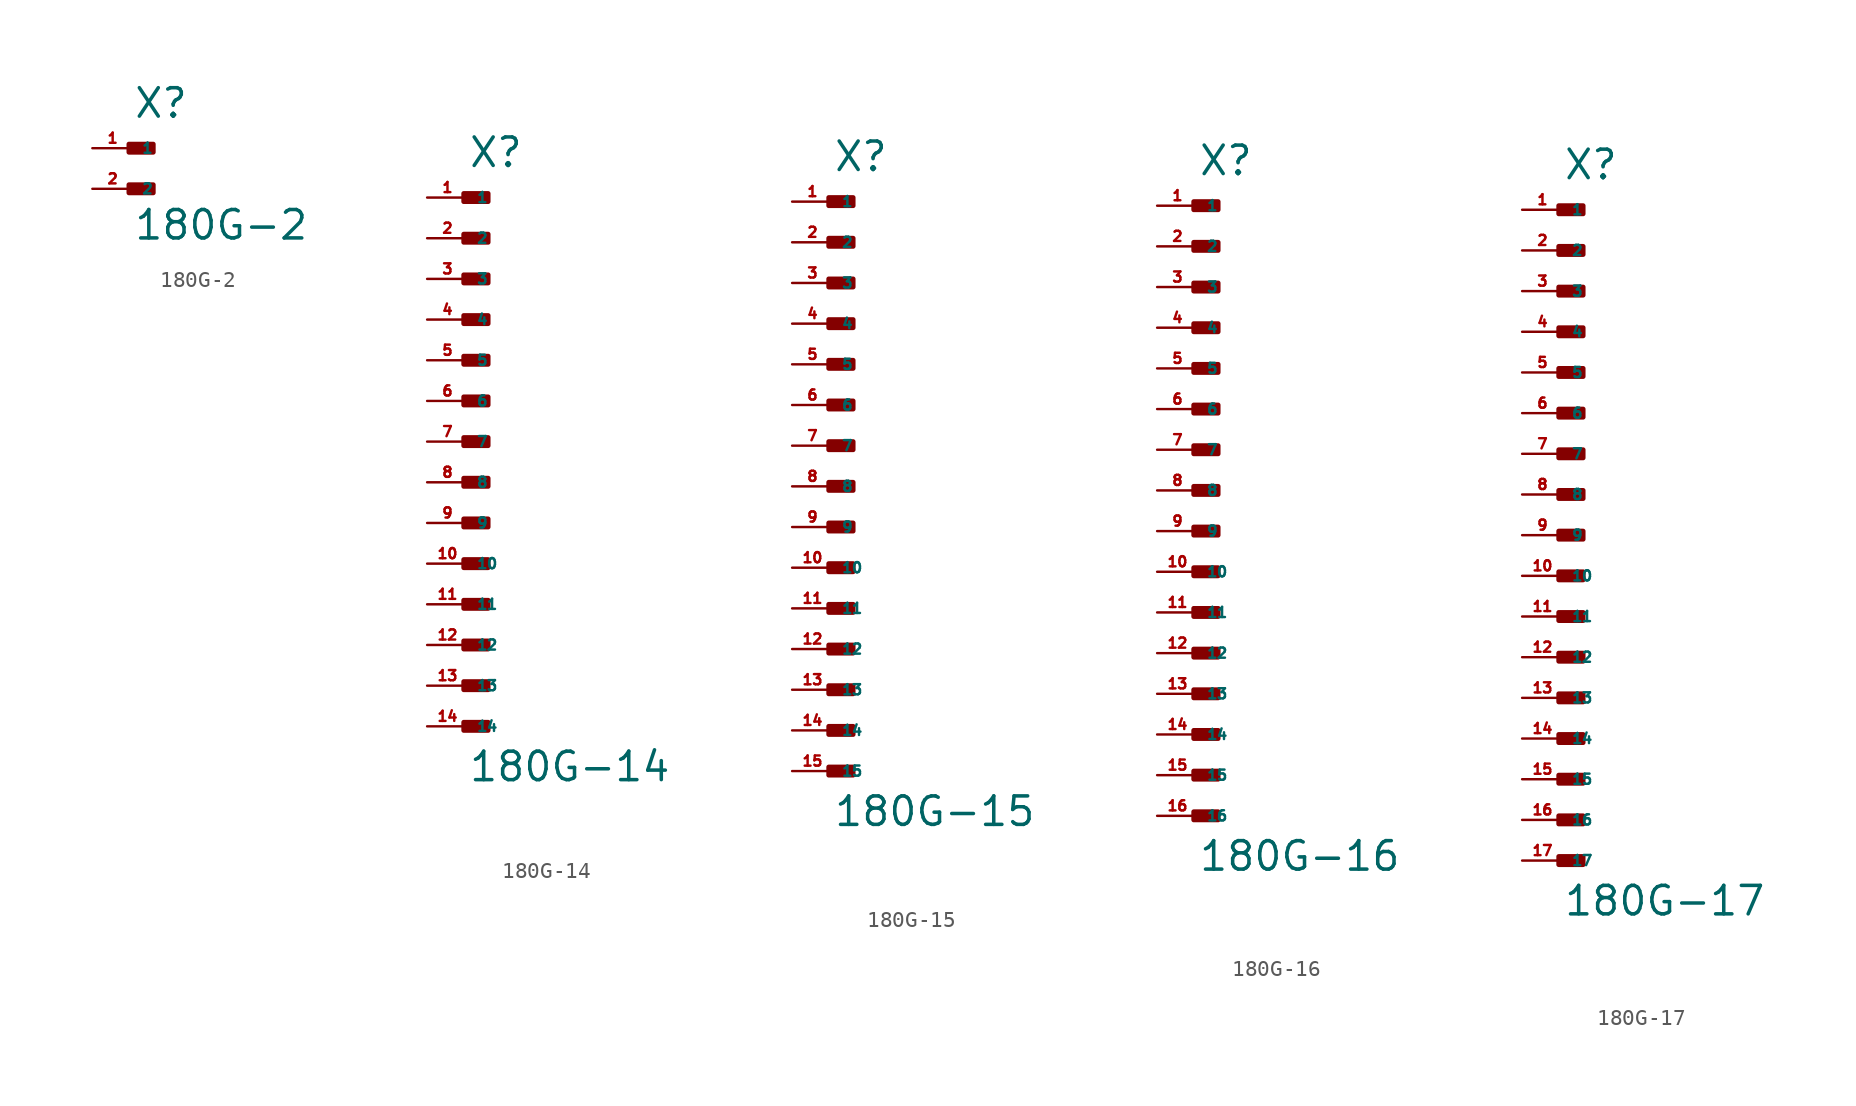
<source format=kicad_sym>
(kicad_symbol_lib
  (version 20220914)
  (generator Eagle2Kicad)
  (symbol "180G-2"
    (property "Reference" "X"
      (at 0 1.778 0)
      (effects (font (size 1.778 1.778) (thickness 0.22)) (justify left bottom)))
    (property "Value" "180G-2"
      (at 0 -5.842 0)
      (effects (font (size 1.778 1.778) (thickness 0.22)) (justify left bottom)))
    (rectangle
      (start -0.254 -0.254)
      (end 1.27 0.254)
      (stroke (width 0.3) (type default))
      (fill (type outline)))
    (rectangle
      (start -0.254 -2.794)
      (end 1.27 -2.286)
      (stroke (width 0.3) (type default))
      (fill (type outline)))
    (pin passive line
      (at -2.54 0 0)
      (length 2.54)
      (name "1" (effects (font (size 0.635 0.635) (thickness 0.08)) (justify left bottom)))
      (number "1" (effects (font (size 0.635 0.635) (thickness 0.08)) (justify left bottom))))
    (pin passive line
      (at -2.54 -2.54 0)
      (length 2.54)
      (name "2" (effects (font (size 0.635 0.635) (thickness 0.08)) (justify left bottom)))
      (number "2" (effects (font (size 0.635 0.635) (thickness 0.08)) (justify left bottom)))))
  (symbol "180G-14"
    (property "Reference" "X"
      (at 0 17.018 0)
      (effects (font (size 1.778 1.778) (thickness 0.22)) (justify left bottom)))
    (property "Value" "180G-14"
      (at 0 -21.336 0)
      (effects (font (size 1.778 1.778) (thickness 0.22)) (justify left bottom)))
    (rectangle
      (start -0.254 14.986)
      (end 1.27 15.494)
      (stroke (width 0.3) (type default))
      (fill (type outline)))
    (rectangle
      (start -0.254 12.446)
      (end 1.27 12.954)
      (stroke (width 0.3) (type default))
      (fill (type outline)))
    (rectangle
      (start -0.254 9.906)
      (end 1.27 10.414)
      (stroke (width 0.3) (type default))
      (fill (type outline)))
    (rectangle
      (start -0.254 7.366)
      (end 1.27 7.874)
      (stroke (width 0.3) (type default))
      (fill (type outline)))
    (rectangle
      (start -0.254 4.826)
      (end 1.27 5.334)
      (stroke (width 0.3) (type default))
      (fill (type outline)))
    (rectangle
      (start -0.254 2.286)
      (end 1.27 2.794)
      (stroke (width 0.3) (type default))
      (fill (type outline)))
    (rectangle
      (start -0.254 -0.254)
      (end 1.27 0.254)
      (stroke (width 0.3) (type default))
      (fill (type outline)))
    (rectangle
      (start -0.254 -2.794)
      (end 1.27 -2.286)
      (stroke (width 0.3) (type default))
      (fill (type outline)))
    (rectangle
      (start -0.254 -5.334)
      (end 1.27 -4.826)
      (stroke (width 0.3) (type default))
      (fill (type outline)))
    (rectangle
      (start -0.254 -7.874)
      (end 1.27 -7.366)
      (stroke (width 0.3) (type default))
      (fill (type outline)))
    (rectangle
      (start -0.254 -10.414)
      (end 1.27 -9.906)
      (stroke (width 0.3) (type default))
      (fill (type outline)))
    (rectangle
      (start -0.254 -12.954)
      (end 1.27 -12.446)
      (stroke (width 0.3) (type default))
      (fill (type outline)))
    (rectangle
      (start -0.254 -15.494)
      (end 1.27 -14.986)
      (stroke (width 0.3) (type default))
      (fill (type outline)))
    (rectangle
      (start -0.254 -18.034)
      (end 1.27 -17.526)
      (stroke (width 0.3) (type default))
      (fill (type outline)))
    (pin passive line
      (at -2.54 15.24 0)
      (length 2.54)
      (name "1" (effects (font (size 0.635 0.635) (thickness 0.08)) (justify left bottom)))
      (number "1" (effects (font (size 0.635 0.635) (thickness 0.08)) (justify left bottom))))
    (pin passive line
      (at -2.54 12.7 0)
      (length 2.54)
      (name "2" (effects (font (size 0.635 0.635) (thickness 0.08)) (justify left bottom)))
      (number "2" (effects (font (size 0.635 0.635) (thickness 0.08)) (justify left bottom))))
    (pin passive line
      (at -2.54 10.16 0)
      (length 2.54)
      (name "3" (effects (font (size 0.635 0.635) (thickness 0.08)) (justify left bottom)))
      (number "3" (effects (font (size 0.635 0.635) (thickness 0.08)) (justify left bottom))))
    (pin passive line
      (at -2.54 7.62 0)
      (length 2.54)
      (name "4" (effects (font (size 0.635 0.635) (thickness 0.08)) (justify left bottom)))
      (number "4" (effects (font (size 0.635 0.635) (thickness 0.08)) (justify left bottom))))
    (pin passive line
      (at -2.54 5.08 0)
      (length 2.54)
      (name "5" (effects (font (size 0.635 0.635) (thickness 0.08)) (justify left bottom)))
      (number "5" (effects (font (size 0.635 0.635) (thickness 0.08)) (justify left bottom))))
    (pin passive line
      (at -2.54 2.54 0)
      (length 2.54)
      (name "6" (effects (font (size 0.635 0.635) (thickness 0.08)) (justify left bottom)))
      (number "6" (effects (font (size 0.635 0.635) (thickness 0.08)) (justify left bottom))))
    (pin passive line
      (at -2.54 0 0)
      (length 2.54)
      (name "7" (effects (font (size 0.635 0.635) (thickness 0.08)) (justify left bottom)))
      (number "7" (effects (font (size 0.635 0.635) (thickness 0.08)) (justify left bottom))))
    (pin passive line
      (at -2.54 -2.54 0)
      (length 2.54)
      (name "8" (effects (font (size 0.635 0.635) (thickness 0.08)) (justify left bottom)))
      (number "8" (effects (font (size 0.635 0.635) (thickness 0.08)) (justify left bottom))))
    (pin passive line
      (at -2.54 -5.08 0)
      (length 2.54)
      (name "9" (effects (font (size 0.635 0.635) (thickness 0.08)) (justify left bottom)))
      (number "9" (effects (font (size 0.635 0.635) (thickness 0.08)) (justify left bottom))))
    (pin passive line
      (at -2.54 -7.62 0)
      (length 2.54)
      (name "10" (effects (font (size 0.635 0.635) (thickness 0.08)) (justify left bottom)))
      (number "10" (effects (font (size 0.635 0.635) (thickness 0.08)) (justify left bottom))))
    (pin passive line
      (at -2.54 -10.16 0)
      (length 2.54)
      (name "11" (effects (font (size 0.635 0.635) (thickness 0.08)) (justify left bottom)))
      (number "11" (effects (font (size 0.635 0.635) (thickness 0.08)) (justify left bottom))))
    (pin passive line
      (at -2.54 -12.7 0)
      (length 2.54)
      (name "12" (effects (font (size 0.635 0.635) (thickness 0.08)) (justify left bottom)))
      (number "12" (effects (font (size 0.635 0.635) (thickness 0.08)) (justify left bottom))))
    (pin passive line
      (at -2.54 -15.24 0)
      (length 2.54)
      (name "13" (effects (font (size 0.635 0.635) (thickness 0.08)) (justify left bottom)))
      (number "13" (effects (font (size 0.635 0.635) (thickness 0.08)) (justify left bottom))))
    (pin passive line
      (at -2.54 -17.78 0)
      (length 2.54)
      (name "14" (effects (font (size 0.635 0.635) (thickness 0.08)) (justify left bottom)))
      (number "14" (effects (font (size 0.635 0.635) (thickness 0.08)) (justify left bottom)))))
  (symbol "180G-15"
    (property "Reference" "X"
      (at 0 19.558 0)
      (effects (font (size 1.778 1.778) (thickness 0.22)) (justify left bottom)))
    (property "Value" "180G-15"
      (at 0 -21.336 0)
      (effects (font (size 1.778 1.778) (thickness 0.22)) (justify left bottom)))
    (rectangle
      (start -0.254 17.526)
      (end 1.27 18.034)
      (stroke (width 0.3) (type default))
      (fill (type outline)))
    (rectangle
      (start -0.254 14.986)
      (end 1.27 15.494)
      (stroke (width 0.3) (type default))
      (fill (type outline)))
    (rectangle
      (start -0.254 12.446)
      (end 1.27 12.954)
      (stroke (width 0.3) (type default))
      (fill (type outline)))
    (rectangle
      (start -0.254 9.906)
      (end 1.27 10.414)
      (stroke (width 0.3) (type default))
      (fill (type outline)))
    (rectangle
      (start -0.254 7.366)
      (end 1.27 7.874)
      (stroke (width 0.3) (type default))
      (fill (type outline)))
    (rectangle
      (start -0.254 4.826)
      (end 1.27 5.334)
      (stroke (width 0.3) (type default))
      (fill (type outline)))
    (rectangle
      (start -0.254 2.286)
      (end 1.27 2.794)
      (stroke (width 0.3) (type default))
      (fill (type outline)))
    (rectangle
      (start -0.254 -0.254)
      (end 1.27 0.254)
      (stroke (width 0.3) (type default))
      (fill (type outline)))
    (rectangle
      (start -0.254 -2.794)
      (end 1.27 -2.286)
      (stroke (width 0.3) (type default))
      (fill (type outline)))
    (rectangle
      (start -0.254 -5.334)
      (end 1.27 -4.826)
      (stroke (width 0.3) (type default))
      (fill (type outline)))
    (rectangle
      (start -0.254 -7.874)
      (end 1.27 -7.366)
      (stroke (width 0.3) (type default))
      (fill (type outline)))
    (rectangle
      (start -0.254 -10.414)
      (end 1.27 -9.906)
      (stroke (width 0.3) (type default))
      (fill (type outline)))
    (rectangle
      (start -0.254 -12.954)
      (end 1.27 -12.446)
      (stroke (width 0.3) (type default))
      (fill (type outline)))
    (rectangle
      (start -0.254 -15.494)
      (end 1.27 -14.986)
      (stroke (width 0.3) (type default))
      (fill (type outline)))
    (rectangle
      (start -0.254 -18.034)
      (end 1.27 -17.526)
      (stroke (width 0.3) (type default))
      (fill (type outline)))
    (pin passive line
      (at -2.54 17.78 0)
      (length 2.54)
      (name "1" (effects (font (size 0.635 0.635) (thickness 0.08)) (justify left bottom)))
      (number "1" (effects (font (size 0.635 0.635) (thickness 0.08)) (justify left bottom))))
    (pin passive line
      (at -2.54 15.24 0)
      (length 2.54)
      (name "2" (effects (font (size 0.635 0.635) (thickness 0.08)) (justify left bottom)))
      (number "2" (effects (font (size 0.635 0.635) (thickness 0.08)) (justify left bottom))))
    (pin passive line
      (at -2.54 12.7 0)
      (length 2.54)
      (name "3" (effects (font (size 0.635 0.635) (thickness 0.08)) (justify left bottom)))
      (number "3" (effects (font (size 0.635 0.635) (thickness 0.08)) (justify left bottom))))
    (pin passive line
      (at -2.54 10.16 0)
      (length 2.54)
      (name "4" (effects (font (size 0.635 0.635) (thickness 0.08)) (justify left bottom)))
      (number "4" (effects (font (size 0.635 0.635) (thickness 0.08)) (justify left bottom))))
    (pin passive line
      (at -2.54 7.62 0)
      (length 2.54)
      (name "5" (effects (font (size 0.635 0.635) (thickness 0.08)) (justify left bottom)))
      (number "5" (effects (font (size 0.635 0.635) (thickness 0.08)) (justify left bottom))))
    (pin passive line
      (at -2.54 5.08 0)
      (length 2.54)
      (name "6" (effects (font (size 0.635 0.635) (thickness 0.08)) (justify left bottom)))
      (number "6" (effects (font (size 0.635 0.635) (thickness 0.08)) (justify left bottom))))
    (pin passive line
      (at -2.54 2.54 0)
      (length 2.54)
      (name "7" (effects (font (size 0.635 0.635) (thickness 0.08)) (justify left bottom)))
      (number "7" (effects (font (size 0.635 0.635) (thickness 0.08)) (justify left bottom))))
    (pin passive line
      (at -2.54 0 0)
      (length 2.54)
      (name "8" (effects (font (size 0.635 0.635) (thickness 0.08)) (justify left bottom)))
      (number "8" (effects (font (size 0.635 0.635) (thickness 0.08)) (justify left bottom))))
    (pin passive line
      (at -2.54 -2.54 0)
      (length 2.54)
      (name "9" (effects (font (size 0.635 0.635) (thickness 0.08)) (justify left bottom)))
      (number "9" (effects (font (size 0.635 0.635) (thickness 0.08)) (justify left bottom))))
    (pin passive line
      (at -2.54 -5.08 0)
      (length 2.54)
      (name "10" (effects (font (size 0.635 0.635) (thickness 0.08)) (justify left bottom)))
      (number "10" (effects (font (size 0.635 0.635) (thickness 0.08)) (justify left bottom))))
    (pin passive line
      (at -2.54 -7.62 0)
      (length 2.54)
      (name "11" (effects (font (size 0.635 0.635) (thickness 0.08)) (justify left bottom)))
      (number "11" (effects (font (size 0.635 0.635) (thickness 0.08)) (justify left bottom))))
    (pin passive line
      (at -2.54 -10.16 0)
      (length 2.54)
      (name "12" (effects (font (size 0.635 0.635) (thickness 0.08)) (justify left bottom)))
      (number "12" (effects (font (size 0.635 0.635) (thickness 0.08)) (justify left bottom))))
    (pin passive line
      (at -2.54 -12.7 0)
      (length 2.54)
      (name "13" (effects (font (size 0.635 0.635) (thickness 0.08)) (justify left bottom)))
      (number "13" (effects (font (size 0.635 0.635) (thickness 0.08)) (justify left bottom))))
    (pin passive line
      (at -2.54 -15.24 0)
      (length 2.54)
      (name "14" (effects (font (size 0.635 0.635) (thickness 0.08)) (justify left bottom)))
      (number "14" (effects (font (size 0.635 0.635) (thickness 0.08)) (justify left bottom))))
    (pin passive line
      (at -2.54 -17.78 0)
      (length 2.54)
      (name "15" (effects (font (size 0.635 0.635) (thickness 0.08)) (justify left bottom)))
      (number "15" (effects (font (size 0.635 0.635) (thickness 0.08)) (justify left bottom)))))
  (symbol "180G-16"
    (property "Reference" "X"
      (at 0 19.558 0)
      (effects (font (size 1.778 1.778) (thickness 0.22)) (justify left bottom)))
    (property "Value" "180G-16"
      (at 0 -23.876 0)
      (effects (font (size 1.778 1.778) (thickness 0.22)) (justify left bottom)))
    (rectangle
      (start -0.254 17.526)
      (end 1.27 18.034)
      (stroke (width 0.3) (type default))
      (fill (type outline)))
    (rectangle
      (start -0.254 14.986)
      (end 1.27 15.494)
      (stroke (width 0.3) (type default))
      (fill (type outline)))
    (rectangle
      (start -0.254 12.446)
      (end 1.27 12.954)
      (stroke (width 0.3) (type default))
      (fill (type outline)))
    (rectangle
      (start -0.254 9.906)
      (end 1.27 10.414)
      (stroke (width 0.3) (type default))
      (fill (type outline)))
    (rectangle
      (start -0.254 7.366)
      (end 1.27 7.874)
      (stroke (width 0.3) (type default))
      (fill (type outline)))
    (rectangle
      (start -0.254 4.826)
      (end 1.27 5.334)
      (stroke (width 0.3) (type default))
      (fill (type outline)))
    (rectangle
      (start -0.254 2.286)
      (end 1.27 2.794)
      (stroke (width 0.3) (type default))
      (fill (type outline)))
    (rectangle
      (start -0.254 -0.254)
      (end 1.27 0.254)
      (stroke (width 0.3) (type default))
      (fill (type outline)))
    (rectangle
      (start -0.254 -2.794)
      (end 1.27 -2.286)
      (stroke (width 0.3) (type default))
      (fill (type outline)))
    (rectangle
      (start -0.254 -5.334)
      (end 1.27 -4.826)
      (stroke (width 0.3) (type default))
      (fill (type outline)))
    (rectangle
      (start -0.254 -7.874)
      (end 1.27 -7.366)
      (stroke (width 0.3) (type default))
      (fill (type outline)))
    (rectangle
      (start -0.254 -10.414)
      (end 1.27 -9.906)
      (stroke (width 0.3) (type default))
      (fill (type outline)))
    (rectangle
      (start -0.254 -12.954)
      (end 1.27 -12.446)
      (stroke (width 0.3) (type default))
      (fill (type outline)))
    (rectangle
      (start -0.254 -15.494)
      (end 1.27 -14.986)
      (stroke (width 0.3) (type default))
      (fill (type outline)))
    (rectangle
      (start -0.254 -18.034)
      (end 1.27 -17.526)
      (stroke (width 0.3) (type default))
      (fill (type outline)))
    (rectangle
      (start -0.254 -20.574)
      (end 1.27 -20.066)
      (stroke (width 0.3) (type default))
      (fill (type outline)))
    (pin passive line
      (at -2.54 17.78 0)
      (length 2.54)
      (name "1" (effects (font (size 0.635 0.635) (thickness 0.08)) (justify left bottom)))
      (number "1" (effects (font (size 0.635 0.635) (thickness 0.08)) (justify left bottom))))
    (pin passive line
      (at -2.54 15.24 0)
      (length 2.54)
      (name "2" (effects (font (size 0.635 0.635) (thickness 0.08)) (justify left bottom)))
      (number "2" (effects (font (size 0.635 0.635) (thickness 0.08)) (justify left bottom))))
    (pin passive line
      (at -2.54 12.7 0)
      (length 2.54)
      (name "3" (effects (font (size 0.635 0.635) (thickness 0.08)) (justify left bottom)))
      (number "3" (effects (font (size 0.635 0.635) (thickness 0.08)) (justify left bottom))))
    (pin passive line
      (at -2.54 10.16 0)
      (length 2.54)
      (name "4" (effects (font (size 0.635 0.635) (thickness 0.08)) (justify left bottom)))
      (number "4" (effects (font (size 0.635 0.635) (thickness 0.08)) (justify left bottom))))
    (pin passive line
      (at -2.54 7.62 0)
      (length 2.54)
      (name "5" (effects (font (size 0.635 0.635) (thickness 0.08)) (justify left bottom)))
      (number "5" (effects (font (size 0.635 0.635) (thickness 0.08)) (justify left bottom))))
    (pin passive line
      (at -2.54 5.08 0)
      (length 2.54)
      (name "6" (effects (font (size 0.635 0.635) (thickness 0.08)) (justify left bottom)))
      (number "6" (effects (font (size 0.635 0.635) (thickness 0.08)) (justify left bottom))))
    (pin passive line
      (at -2.54 2.54 0)
      (length 2.54)
      (name "7" (effects (font (size 0.635 0.635) (thickness 0.08)) (justify left bottom)))
      (number "7" (effects (font (size 0.635 0.635) (thickness 0.08)) (justify left bottom))))
    (pin passive line
      (at -2.54 0 0)
      (length 2.54)
      (name "8" (effects (font (size 0.635 0.635) (thickness 0.08)) (justify left bottom)))
      (number "8" (effects (font (size 0.635 0.635) (thickness 0.08)) (justify left bottom))))
    (pin passive line
      (at -2.54 -2.54 0)
      (length 2.54)
      (name "9" (effects (font (size 0.635 0.635) (thickness 0.08)) (justify left bottom)))
      (number "9" (effects (font (size 0.635 0.635) (thickness 0.08)) (justify left bottom))))
    (pin passive line
      (at -2.54 -5.08 0)
      (length 2.54)
      (name "10" (effects (font (size 0.635 0.635) (thickness 0.08)) (justify left bottom)))
      (number "10" (effects (font (size 0.635 0.635) (thickness 0.08)) (justify left bottom))))
    (pin passive line
      (at -2.54 -7.62 0)
      (length 2.54)
      (name "11" (effects (font (size 0.635 0.635) (thickness 0.08)) (justify left bottom)))
      (number "11" (effects (font (size 0.635 0.635) (thickness 0.08)) (justify left bottom))))
    (pin passive line
      (at -2.54 -10.16 0)
      (length 2.54)
      (name "12" (effects (font (size 0.635 0.635) (thickness 0.08)) (justify left bottom)))
      (number "12" (effects (font (size 0.635 0.635) (thickness 0.08)) (justify left bottom))))
    (pin passive line
      (at -2.54 -12.7 0)
      (length 2.54)
      (name "13" (effects (font (size 0.635 0.635) (thickness 0.08)) (justify left bottom)))
      (number "13" (effects (font (size 0.635 0.635) (thickness 0.08)) (justify left bottom))))
    (pin passive line
      (at -2.54 -15.24 0)
      (length 2.54)
      (name "14" (effects (font (size 0.635 0.635) (thickness 0.08)) (justify left bottom)))
      (number "14" (effects (font (size 0.635 0.635) (thickness 0.08)) (justify left bottom))))
    (pin passive line
      (at -2.54 -17.78 0)
      (length 2.54)
      (name "15" (effects (font (size 0.635 0.635) (thickness 0.08)) (justify left bottom)))
      (number "15" (effects (font (size 0.635 0.635) (thickness 0.08)) (justify left bottom))))
    (pin passive line
      (at -2.54 -20.32 0)
      (length 2.54)
      (name "16" (effects (font (size 0.635 0.635) (thickness 0.08)) (justify left bottom)))
      (number "16" (effects (font (size 0.635 0.635) (thickness 0.08)) (justify left bottom)))))
  (symbol "180G-17"
    (property "Reference" "X"
      (at 0 22.098 0)
      (effects (font (size 1.778 1.778) (thickness 0.22)) (justify left bottom)))
    (property "Value" "180G-17"
      (at 0 -23.876 0)
      (effects (font (size 1.778 1.778) (thickness 0.22)) (justify left bottom)))
    (rectangle
      (start -0.254 20.066)
      (end 1.27 20.574)
      (stroke (width 0.3) (type default))
      (fill (type outline)))
    (rectangle
      (start -0.254 17.526)
      (end 1.27 18.034)
      (stroke (width 0.3) (type default))
      (fill (type outline)))
    (rectangle
      (start -0.254 14.986)
      (end 1.27 15.494)
      (stroke (width 0.3) (type default))
      (fill (type outline)))
    (rectangle
      (start -0.254 12.446)
      (end 1.27 12.954)
      (stroke (width 0.3) (type default))
      (fill (type outline)))
    (rectangle
      (start -0.254 9.906)
      (end 1.27 10.414)
      (stroke (width 0.3) (type default))
      (fill (type outline)))
    (rectangle
      (start -0.254 7.366)
      (end 1.27 7.874)
      (stroke (width 0.3) (type default))
      (fill (type outline)))
    (rectangle
      (start -0.254 4.826)
      (end 1.27 5.334)
      (stroke (width 0.3) (type default))
      (fill (type outline)))
    (rectangle
      (start -0.254 2.286)
      (end 1.27 2.794)
      (stroke (width 0.3) (type default))
      (fill (type outline)))
    (rectangle
      (start -0.254 -0.254)
      (end 1.27 0.254)
      (stroke (width 0.3) (type default))
      (fill (type outline)))
    (rectangle
      (start -0.254 -2.794)
      (end 1.27 -2.286)
      (stroke (width 0.3) (type default))
      (fill (type outline)))
    (rectangle
      (start -0.254 -5.334)
      (end 1.27 -4.826)
      (stroke (width 0.3) (type default))
      (fill (type outline)))
    (rectangle
      (start -0.254 -7.874)
      (end 1.27 -7.366)
      (stroke (width 0.3) (type default))
      (fill (type outline)))
    (rectangle
      (start -0.254 -10.414)
      (end 1.27 -9.906)
      (stroke (width 0.3) (type default))
      (fill (type outline)))
    (rectangle
      (start -0.254 -12.954)
      (end 1.27 -12.446)
      (stroke (width 0.3) (type default))
      (fill (type outline)))
    (rectangle
      (start -0.254 -15.494)
      (end 1.27 -14.986)
      (stroke (width 0.3) (type default))
      (fill (type outline)))
    (rectangle
      (start -0.254 -18.034)
      (end 1.27 -17.526)
      (stroke (width 0.3) (type default))
      (fill (type outline)))
    (rectangle
      (start -0.254 -20.574)
      (end 1.27 -20.066)
      (stroke (width 0.3) (type default))
      (fill (type outline)))
    (pin passive line
      (at -2.54 20.32 0)
      (length 2.54)
      (name "1" (effects (font (size 0.635 0.635) (thickness 0.08)) (justify left bottom)))
      (number "1" (effects (font (size 0.635 0.635) (thickness 0.08)) (justify left bottom))))
    (pin passive line
      (at -2.54 17.78 0)
      (length 2.54)
      (name "2" (effects (font (size 0.635 0.635) (thickness 0.08)) (justify left bottom)))
      (number "2" (effects (font (size 0.635 0.635) (thickness 0.08)) (justify left bottom))))
    (pin passive line
      (at -2.54 15.24 0)
      (length 2.54)
      (name "3" (effects (font (size 0.635 0.635) (thickness 0.08)) (justify left bottom)))
      (number "3" (effects (font (size 0.635 0.635) (thickness 0.08)) (justify left bottom))))
    (pin passive line
      (at -2.54 12.7 0)
      (length 2.54)
      (name "4" (effects (font (size 0.635 0.635) (thickness 0.08)) (justify left bottom)))
      (number "4" (effects (font (size 0.635 0.635) (thickness 0.08)) (justify left bottom))))
    (pin passive line
      (at -2.54 10.16 0)
      (length 2.54)
      (name "5" (effects (font (size 0.635 0.635) (thickness 0.08)) (justify left bottom)))
      (number "5" (effects (font (size 0.635 0.635) (thickness 0.08)) (justify left bottom))))
    (pin passive line
      (at -2.54 7.62 0)
      (length 2.54)
      (name "6" (effects (font (size 0.635 0.635) (thickness 0.08)) (justify left bottom)))
      (number "6" (effects (font (size 0.635 0.635) (thickness 0.08)) (justify left bottom))))
    (pin passive line
      (at -2.54 5.08 0)
      (length 2.54)
      (name "7" (effects (font (size 0.635 0.635) (thickness 0.08)) (justify left bottom)))
      (number "7" (effects (font (size 0.635 0.635) (thickness 0.08)) (justify left bottom))))
    (pin passive line
      (at -2.54 2.54 0)
      (length 2.54)
      (name "8" (effects (font (size 0.635 0.635) (thickness 0.08)) (justify left bottom)))
      (number "8" (effects (font (size 0.635 0.635) (thickness 0.08)) (justify left bottom))))
    (pin passive line
      (at -2.54 0 0)
      (length 2.54)
      (name "9" (effects (font (size 0.635 0.635) (thickness 0.08)) (justify left bottom)))
      (number "9" (effects (font (size 0.635 0.635) (thickness 0.08)) (justify left bottom))))
    (pin passive line
      (at -2.54 -2.54 0)
      (length 2.54)
      (name "10" (effects (font (size 0.635 0.635) (thickness 0.08)) (justify left bottom)))
      (number "10" (effects (font (size 0.635 0.635) (thickness 0.08)) (justify left bottom))))
    (pin passive line
      (at -2.54 -5.08 0)
      (length 2.54)
      (name "11" (effects (font (size 0.635 0.635) (thickness 0.08)) (justify left bottom)))
      (number "11" (effects (font (size 0.635 0.635) (thickness 0.08)) (justify left bottom))))
    (pin passive line
      (at -2.54 -7.62 0)
      (length 2.54)
      (name "12" (effects (font (size 0.635 0.635) (thickness 0.08)) (justify left bottom)))
      (number "12" (effects (font (size 0.635 0.635) (thickness 0.08)) (justify left bottom))))
    (pin passive line
      (at -2.54 -10.16 0)
      (length 2.54)
      (name "13" (effects (font (size 0.635 0.635) (thickness 0.08)) (justify left bottom)))
      (number "13" (effects (font (size 0.635 0.635) (thickness 0.08)) (justify left bottom))))
    (pin passive line
      (at -2.54 -12.7 0)
      (length 2.54)
      (name "14" (effects (font (size 0.635 0.635) (thickness 0.08)) (justify left bottom)))
      (number "14" (effects (font (size 0.635 0.635) (thickness 0.08)) (justify left bottom))))
    (pin passive line
      (at -2.54 -15.24 0)
      (length 2.54)
      (name "15" (effects (font (size 0.635 0.635) (thickness 0.08)) (justify left bottom)))
      (number "15" (effects (font (size 0.635 0.635) (thickness 0.08)) (justify left bottom))))
    (pin passive line
      (at -2.54 -17.78 0)
      (length 2.54)
      (name "16" (effects (font (size 0.635 0.635) (thickness 0.08)) (justify left bottom)))
      (number "16" (effects (font (size 0.635 0.635) (thickness 0.08)) (justify left bottom))))
    (pin passive line
      (at -2.54 -20.32 0)
      (length 2.54)
      (name "17" (effects (font (size 0.635 0.635) (thickness 0.08)) (justify left bottom)))
      (number "17" (effects (font (size 0.635 0.635) (thickness 0.08)) (justify left bottom))))))
</source>
